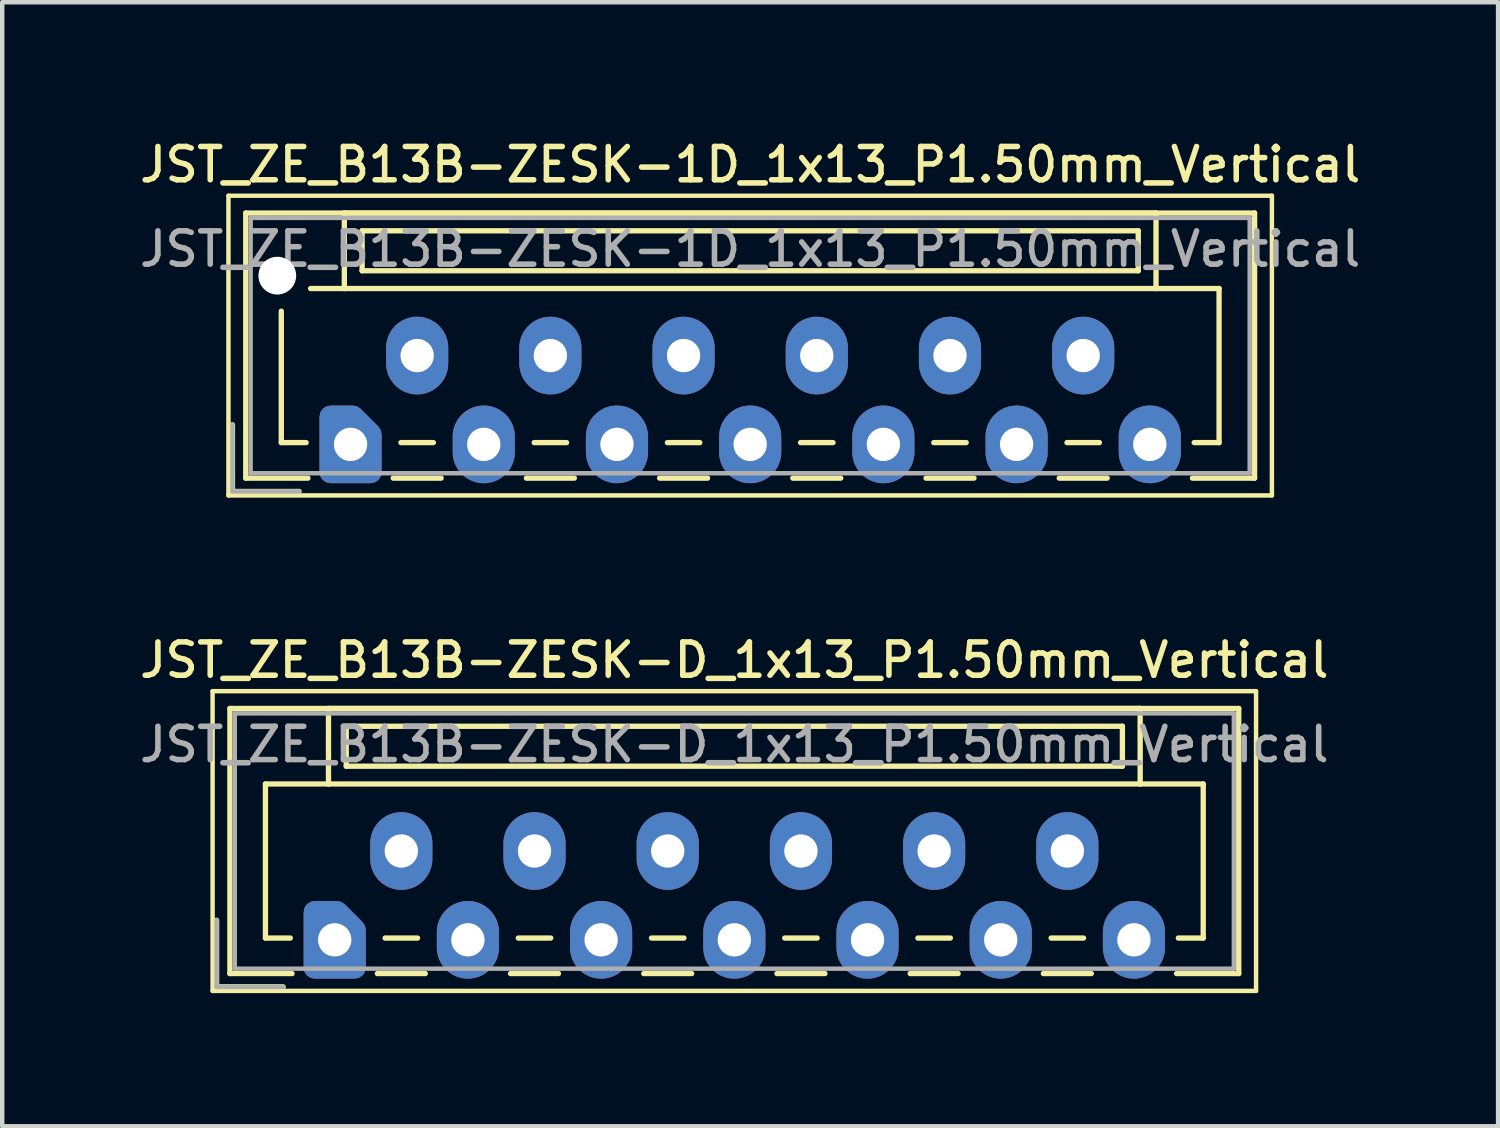
<source format=kicad_pcb>
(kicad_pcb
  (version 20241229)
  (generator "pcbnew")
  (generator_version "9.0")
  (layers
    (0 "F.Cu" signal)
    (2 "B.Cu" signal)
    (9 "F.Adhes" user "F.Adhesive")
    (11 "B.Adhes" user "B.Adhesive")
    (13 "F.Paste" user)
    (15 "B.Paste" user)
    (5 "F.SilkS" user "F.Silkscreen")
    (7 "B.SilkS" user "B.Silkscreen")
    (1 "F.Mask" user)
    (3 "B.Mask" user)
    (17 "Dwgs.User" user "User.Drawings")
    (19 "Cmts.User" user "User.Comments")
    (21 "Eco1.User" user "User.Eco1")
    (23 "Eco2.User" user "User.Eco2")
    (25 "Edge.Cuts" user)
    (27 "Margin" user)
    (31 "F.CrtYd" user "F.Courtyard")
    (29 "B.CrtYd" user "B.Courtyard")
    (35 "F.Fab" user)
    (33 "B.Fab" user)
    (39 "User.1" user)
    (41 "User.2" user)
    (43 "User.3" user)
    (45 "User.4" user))
  (footprint "JST_ZE_B13B-ZESK-D_1x13_P1.50mm_Vertical"
    (layer "F.Cu")
    (at 4.488 18.116)
    (property "Reference" "JST_ZE_B13B-ZESK-D_1x13_P1.50mm_Vertical" (at 9 -6.3 0) (layer "F.SilkS") (effects (font (size 0.75 0.75) (thickness 0.125))))
    (attr through_hole)
    (fp_line (start -2.75 -5.6) (end -2.75 1.15) (stroke (width 0.1) (type solid)) (layer "F.SilkS"))
    (fp_line (start -2.75 1.15) (end 20.75 1.15) (stroke (width 0.1) (type solid)) (layer "F.SilkS"))
    (fp_line (start -2.66 -0.44) (end -2.66 1.06) (stroke (width 0.12) (type solid)) (layer "F.SilkS"))
    (fp_line (start -2.66 1.06) (end -1.16 1.06) (stroke (width 0.12) (type solid)) (layer "F.SilkS"))
    (fp_line (start -2.36 -5.21) (end 20.36 -5.21) (stroke (width 0.12) (type solid)) (layer "F.SilkS"))
    (fp_line (start -2.36 0.76) (end -2.36 -5.21) (stroke (width 0.12) (type solid)) (layer "F.SilkS"))
    (fp_line (start -1.56 -3.51) (end -1.56 -0.04) (stroke (width 0.12) (type solid)) (layer "F.SilkS"))
    (fp_line (start -1.56 -0.04) (end -1 -0.04) (stroke (width 0.12) (type solid)) (layer "F.SilkS"))
    (fp_line (start -0.96 0.76) (end -2.36 0.76) (stroke (width 0.12) (type solid)) (layer "F.SilkS"))
    (fp_line (start -0.14 -5.21) (end -0.14 -3.51) (stroke (width 0.12) (type solid)) (layer "F.SilkS"))
    (fp_line (start -0.14 -3.51) (end -1.56 -3.51) (stroke (width 0.12) (type solid)) (layer "F.SilkS"))
    (fp_line (start -0.14 -3.51) (end 18.14 -3.51) (stroke (width 0.12) (type solid)) (layer "F.SilkS"))
    (fp_line (start 0.26 -4.81) (end 0.26 -3.91) (stroke (width 0.12) (type solid)) (layer "F.SilkS"))
    (fp_line (start 0.26 -3.91) (end 17.74 -3.91) (stroke (width 0.12) (type solid)) (layer "F.SilkS"))
    (fp_line (start 0.96 0.76) (end 2.04 0.76) (stroke (width 0.12) (type solid)) (layer "F.SilkS"))
    (fp_line (start 1.135 -0.04) (end 1.865 -0.04) (stroke (width 0.12) (type solid)) (layer "F.SilkS"))
    (fp_line (start 3.96 0.76) (end 5.04 0.76) (stroke (width 0.12) (type solid)) (layer "F.SilkS"))
    (fp_line (start 4.135 -0.04) (end 4.865 -0.04) (stroke (width 0.12) (type solid)) (layer "F.SilkS"))
    (fp_line (start 6.96 0.76) (end 8.04 0.76) (stroke (width 0.12) (type solid)) (layer "F.SilkS"))
    (fp_line (start 7.135 -0.04) (end 7.865 -0.04) (stroke (width 0.12) (type solid)) (layer "F.SilkS"))
    (fp_line (start 9.96 0.76) (end 11.04 0.76) (stroke (width 0.12) (type solid)) (layer "F.SilkS"))
    (fp_line (start 10.135 -0.04) (end 10.865 -0.04) (stroke (width 0.12) (type solid)) (layer "F.SilkS"))
    (fp_line (start 12.96 0.76) (end 14.04 0.76) (stroke (width 0.12) (type solid)) (layer "F.SilkS"))
    (fp_line (start 13.135 -0.04) (end 13.865 -0.04) (stroke (width 0.12) (type solid)) (layer "F.SilkS"))
    (fp_line (start 15.96 0.76) (end 17.04 0.76) (stroke (width 0.12) (type solid)) (layer "F.SilkS"))
    (fp_line (start 16.135 -0.04) (end 16.865 -0.04) (stroke (width 0.12) (type solid)) (layer "F.SilkS"))
    (fp_line (start 17.74 -4.81) (end 0.26 -4.81) (stroke (width 0.12) (type solid)) (layer "F.SilkS"))
    (fp_line (start 17.74 -3.91) (end 17.74 -4.81) (stroke (width 0.12) (type solid)) (layer "F.SilkS"))
    (fp_line (start 18.14 -5.21) (end -0.14 -5.21) (stroke (width 0.12) (type solid)) (layer "F.SilkS"))
    (fp_line (start 18.14 -3.51) (end 18.14 -5.21) (stroke (width 0.12) (type solid)) (layer "F.SilkS"))
    (fp_line (start 18.14 -3.51) (end 19.56 -3.51) (stroke (width 0.12) (type solid)) (layer "F.SilkS"))
    (fp_line (start 19.56 -3.51) (end 19.56 -0.04) (stroke (width 0.12) (type solid)) (layer "F.SilkS"))
    (fp_line (start 19.56 -0.04) (end 19 -0.04) (stroke (width 0.12) (type solid)) (layer "F.SilkS"))
    (fp_line (start 20.36 -5.21) (end 20.36 0.76) (stroke (width 0.12) (type solid)) (layer "F.SilkS"))
    (fp_line (start 20.36 0.76) (end 18.96 0.76) (stroke (width 0.12) (type solid)) (layer "F.SilkS"))
    (fp_line (start 20.75 -5.6) (end -2.75 -5.6) (stroke (width 0.1) (type solid)) (layer "F.SilkS"))
    (fp_line (start 20.75 1.15) (end 20.75 -5.6) (stroke (width 0.1) (type solid)) (layer "F.SilkS"))
    (fp_line (start -2.66 -0.44) (end -2.66 1.06) (stroke (width 0.1) (type solid)) (layer "F.Fab"))
    (fp_line (start -2.66 1.06) (end -1.16 1.06) (stroke (width 0.1) (type solid)) (layer "F.Fab"))
    (fp_line (start -2.25 -5.1) (end -2.25 0.65) (stroke (width 0.1) (type solid)) (layer "F.Fab"))
    (fp_line (start -2.25 0.65) (end 20.25 0.65) (stroke (width 0.1) (type solid)) (layer "F.Fab"))
    (fp_line (start 20.25 -5.1) (end -2.25 -5.1) (stroke (width 0.1) (type solid)) (layer "F.Fab"))
    (fp_line (start 20.25 0.65) (end 20.25 -5.1) (stroke (width 0.1) (type solid)) (layer "F.Fab"))
    (fp_text user "${REFERENCE}" (at 9 -4.4 0) (layer "F.Fab") (effects (font (size 0.75 0.75) (thickness 0.125))))
    (pad "1" thru_hole custom (at 0 0) (size 1.117 1.117) (drill 0.75) (layers "*.Cu" "*.Mask") (options (anchor circle)) (primitives (gr_poly (pts (xy 0.45 -0.225) (xy 0.45 0.625) (xy -0.45 0.625) (xy -0.45 -0.625) (xy 0.05 -0.625)) (width 0.5) (fill yes))))
    (pad "2" thru_hole oval (at 1.5 -2) (size 1.4 1.75) (drill 0.75) (layers "*.Cu" "*.Mask"))
    (pad "3" thru_hole oval (at 3 0) (size 1.4 1.75) (drill 0.75) (layers "*.Cu" "*.Mask"))
    (pad "4" thru_hole oval (at 4.5 -2) (size 1.4 1.75) (drill 0.75) (layers "*.Cu" "*.Mask"))
    (pad "5" thru_hole oval (at 6 0) (size 1.4 1.75) (drill 0.75) (layers "*.Cu" "*.Mask"))
    (pad "6" thru_hole oval (at 7.5 -2) (size 1.4 1.75) (drill 0.75) (layers "*.Cu" "*.Mask"))
    (pad "7" thru_hole oval (at 9 0) (size 1.4 1.75) (drill 0.75) (layers "*.Cu" "*.Mask"))
    (pad "8" thru_hole oval (at 10.5 -2) (size 1.4 1.75) (drill 0.75) (layers "*.Cu" "*.Mask"))
    (pad "9" thru_hole oval (at 12 0) (size 1.4 1.75) (drill 0.75) (layers "*.Cu" "*.Mask"))
    (pad "10" thru_hole oval (at 13.5 -2) (size 1.4 1.75) (drill 0.75) (layers "*.Cu" "*.Mask"))
    (pad "11" thru_hole oval (at 15 0) (size 1.4 1.75) (drill 0.75) (layers "*.Cu" "*.Mask"))
    (pad "12" thru_hole oval (at 16.5 -2) (size 1.4 1.75) (drill 0.75) (layers "*.Cu" "*.Mask"))
    (pad "13" thru_hole oval (at 18 0) (size 1.4 1.75) (drill 0.75) (layers "*.Cu" "*.Mask")))
  (footprint "JST_ZE_B13B-ZESK-1D_1x13_P1.50mm_Vertical"
    (layer "F.Cu")
    (at 4.845 6.958)
    (property "Reference" "JST_ZE_B13B-ZESK-1D_1x13_P1.50mm_Vertical" (at 9 -6.3 0) (layer "F.SilkS") (effects (font (size 0.75 0.75) (thickness 0.125))))
    (attr through_hole)
    (fp_line (start -2.75 -5.6) (end -2.75 1.15) (stroke (width 0.1) (type solid)) (layer "F.SilkS"))
    (fp_line (start -2.75 1.15) (end 20.75 1.15) (stroke (width 0.1) (type solid)) (layer "F.SilkS"))
    (fp_line (start -2.66 -0.44) (end -2.66 1.06) (stroke (width 0.12) (type solid)) (layer "F.SilkS"))
    (fp_line (start -2.66 1.06) (end -1.16 1.06) (stroke (width 0.12) (type solid)) (layer "F.SilkS"))
    (fp_line (start -2.36 -5.21) (end 20.36 -5.21) (stroke (width 0.12) (type solid)) (layer "F.SilkS"))
    (fp_line (start -2.36 0.76) (end -2.36 -5.21) (stroke (width 0.12) (type solid)) (layer "F.SilkS"))
    (fp_line (start -1.56 -3) (end -1.56 -0.04) (stroke (width 0.12) (type solid)) (layer "F.SilkS"))
    (fp_line (start -1.56 -0.04) (end -1 -0.04) (stroke (width 0.12) (type solid)) (layer "F.SilkS"))
    (fp_line (start -0.96 0.76) (end -2.36 0.76) (stroke (width 0.12) (type solid)) (layer "F.SilkS"))
    (fp_line (start -0.14 -5.21) (end -0.14 -3.51) (stroke (width 0.12) (type solid)) (layer "F.SilkS"))
    (fp_line (start -0.14 -3.51) (end -0.9 -3.51) (stroke (width 0.12) (type solid)) (layer "F.SilkS"))
    (fp_line (start -0.14 -3.51) (end 18.14 -3.51) (stroke (width 0.12) (type solid)) (layer "F.SilkS"))
    (fp_line (start 0.26 -4.81) (end 0.26 -3.91) (stroke (width 0.12) (type solid)) (layer "F.SilkS"))
    (fp_line (start 0.26 -3.91) (end 17.74 -3.91) (stroke (width 0.12) (type solid)) (layer "F.SilkS"))
    (fp_line (start 0.96 0.76) (end 2.04 0.76) (stroke (width 0.12) (type solid)) (layer "F.SilkS"))
    (fp_line (start 1.135 -0.04) (end 1.865 -0.04) (stroke (width 0.12) (type solid)) (layer "F.SilkS"))
    (fp_line (start 3.96 0.76) (end 5.04 0.76) (stroke (width 0.12) (type solid)) (layer "F.SilkS"))
    (fp_line (start 4.135 -0.04) (end 4.865 -0.04) (stroke (width 0.12) (type solid)) (layer "F.SilkS"))
    (fp_line (start 6.96 0.76) (end 8.04 0.76) (stroke (width 0.12) (type solid)) (layer "F.SilkS"))
    (fp_line (start 7.135 -0.04) (end 7.865 -0.04) (stroke (width 0.12) (type solid)) (layer "F.SilkS"))
    (fp_line (start 9.96 0.76) (end 11.04 0.76) (stroke (width 0.12) (type solid)) (layer "F.SilkS"))
    (fp_line (start 10.135 -0.04) (end 10.865 -0.04) (stroke (width 0.12) (type solid)) (layer "F.SilkS"))
    (fp_line (start 12.96 0.76) (end 14.04 0.76) (stroke (width 0.12) (type solid)) (layer "F.SilkS"))
    (fp_line (start 13.135 -0.04) (end 13.865 -0.04) (stroke (width 0.12) (type solid)) (layer "F.SilkS"))
    (fp_line (start 15.96 0.76) (end 17.04 0.76) (stroke (width 0.12) (type solid)) (layer "F.SilkS"))
    (fp_line (start 16.135 -0.04) (end 16.865 -0.04) (stroke (width 0.12) (type solid)) (layer "F.SilkS"))
    (fp_line (start 17.74 -4.81) (end 0.26 -4.81) (stroke (width 0.12) (type solid)) (layer "F.SilkS"))
    (fp_line (start 17.74 -3.91) (end 17.74 -4.81) (stroke (width 0.12) (type solid)) (layer "F.SilkS"))
    (fp_line (start 18.14 -5.21) (end -0.14 -5.21) (stroke (width 0.12) (type solid)) (layer "F.SilkS"))
    (fp_line (start 18.14 -3.51) (end 18.14 -5.21) (stroke (width 0.12) (type solid)) (layer "F.SilkS"))
    (fp_line (start 18.14 -3.51) (end 19.56 -3.51) (stroke (width 0.12) (type solid)) (layer "F.SilkS"))
    (fp_line (start 19.56 -3.51) (end 19.56 -0.04) (stroke (width 0.12) (type solid)) (layer "F.SilkS"))
    (fp_line (start 19.56 -0.04) (end 19 -0.04) (stroke (width 0.12) (type solid)) (layer "F.SilkS"))
    (fp_line (start 20.36 -5.21) (end 20.36 0.76) (stroke (width 0.12) (type solid)) (layer "F.SilkS"))
    (fp_line (start 20.36 0.76) (end 18.96 0.76) (stroke (width 0.12) (type solid)) (layer "F.SilkS"))
    (fp_line (start 20.75 -5.6) (end -2.75 -5.6) (stroke (width 0.1) (type solid)) (layer "F.SilkS"))
    (fp_line (start 20.75 1.15) (end 20.75 -5.6) (stroke (width 0.1) (type solid)) (layer "F.SilkS"))
    (fp_line (start -2.66 -0.44) (end -2.66 1.06) (stroke (width 0.1) (type solid)) (layer "F.Fab"))
    (fp_line (start -2.66 1.06) (end -1.16 1.06) (stroke (width 0.1) (type solid)) (layer "F.Fab"))
    (fp_line (start -2.25 -5.1) (end -2.25 0.65) (stroke (width 0.1) (type solid)) (layer "F.Fab"))
    (fp_line (start -2.25 0.65) (end 20.25 0.65) (stroke (width 0.1) (type solid)) (layer "F.Fab"))
    (fp_line (start 20.25 -5.1) (end -2.25 -5.1) (stroke (width 0.1) (type solid)) (layer "F.Fab"))
    (fp_line (start 20.25 0.65) (end 20.25 -5.1) (stroke (width 0.1) (type solid)) (layer "F.Fab"))
    (fp_text user "${REFERENCE}" (at 9 -4.4 0) (layer "F.Fab") (effects (font (size 0.75 0.75) (thickness 0.125))))
    (pad "" np_thru_hole circle (at -1.65 -3.8) (size 0.85 0.85) (drill 0.85) (layers "*.Cu" "*.Mask"))
    (pad "1" thru_hole custom (at 0 0) (size 1.117 1.117) (drill 0.75) (layers "*.Cu" "*.Mask") (options (anchor circle)) (primitives (gr_poly (pts (xy 0.45 -0.225) (xy 0.45 0.625) (xy -0.45 0.625) (xy -0.45 -0.625) (xy 0.05 -0.625)) (width 0.5) (fill yes))))
    (pad "2" thru_hole oval (at 1.5 -2) (size 1.4 1.75) (drill 0.75) (layers "*.Cu" "*.Mask"))
    (pad "3" thru_hole oval (at 3 0) (size 1.4 1.75) (drill 0.75) (layers "*.Cu" "*.Mask"))
    (pad "4" thru_hole oval (at 4.5 -2) (size 1.4 1.75) (drill 0.75) (layers "*.Cu" "*.Mask"))
    (pad "5" thru_hole oval (at 6 0) (size 1.4 1.75) (drill 0.75) (layers "*.Cu" "*.Mask"))
    (pad "6" thru_hole oval (at 7.5 -2) (size 1.4 1.75) (drill 0.75) (layers "*.Cu" "*.Mask"))
    (pad "7" thru_hole oval (at 9 0) (size 1.4 1.75) (drill 0.75) (layers "*.Cu" "*.Mask"))
    (pad "8" thru_hole oval (at 10.5 -2) (size 1.4 1.75) (drill 0.75) (layers "*.Cu" "*.Mask"))
    (pad "9" thru_hole oval (at 12 0) (size 1.4 1.75) (drill 0.75) (layers "*.Cu" "*.Mask"))
    (pad "10" thru_hole oval (at 13.5 -2) (size 1.4 1.75) (drill 0.75) (layers "*.Cu" "*.Mask"))
    (pad "11" thru_hole oval (at 15 0) (size 1.4 1.75) (drill 0.75) (layers "*.Cu" "*.Mask"))
    (pad "12" thru_hole oval (at 16.5 -2) (size 1.4 1.75) (drill 0.75) (layers "*.Cu" "*.Mask"))
    (pad "13" thru_hole oval (at 18 0) (size 1.4 1.75) (drill 0.75) (layers "*.Cu" "*.Mask")))
  (gr_rect
    (start -3 -3)
    (end 30.689 22.316)
    (stroke (width 0.1) (type default))
    (fill no)
    (layer "Edge.Cuts")))
</source>
